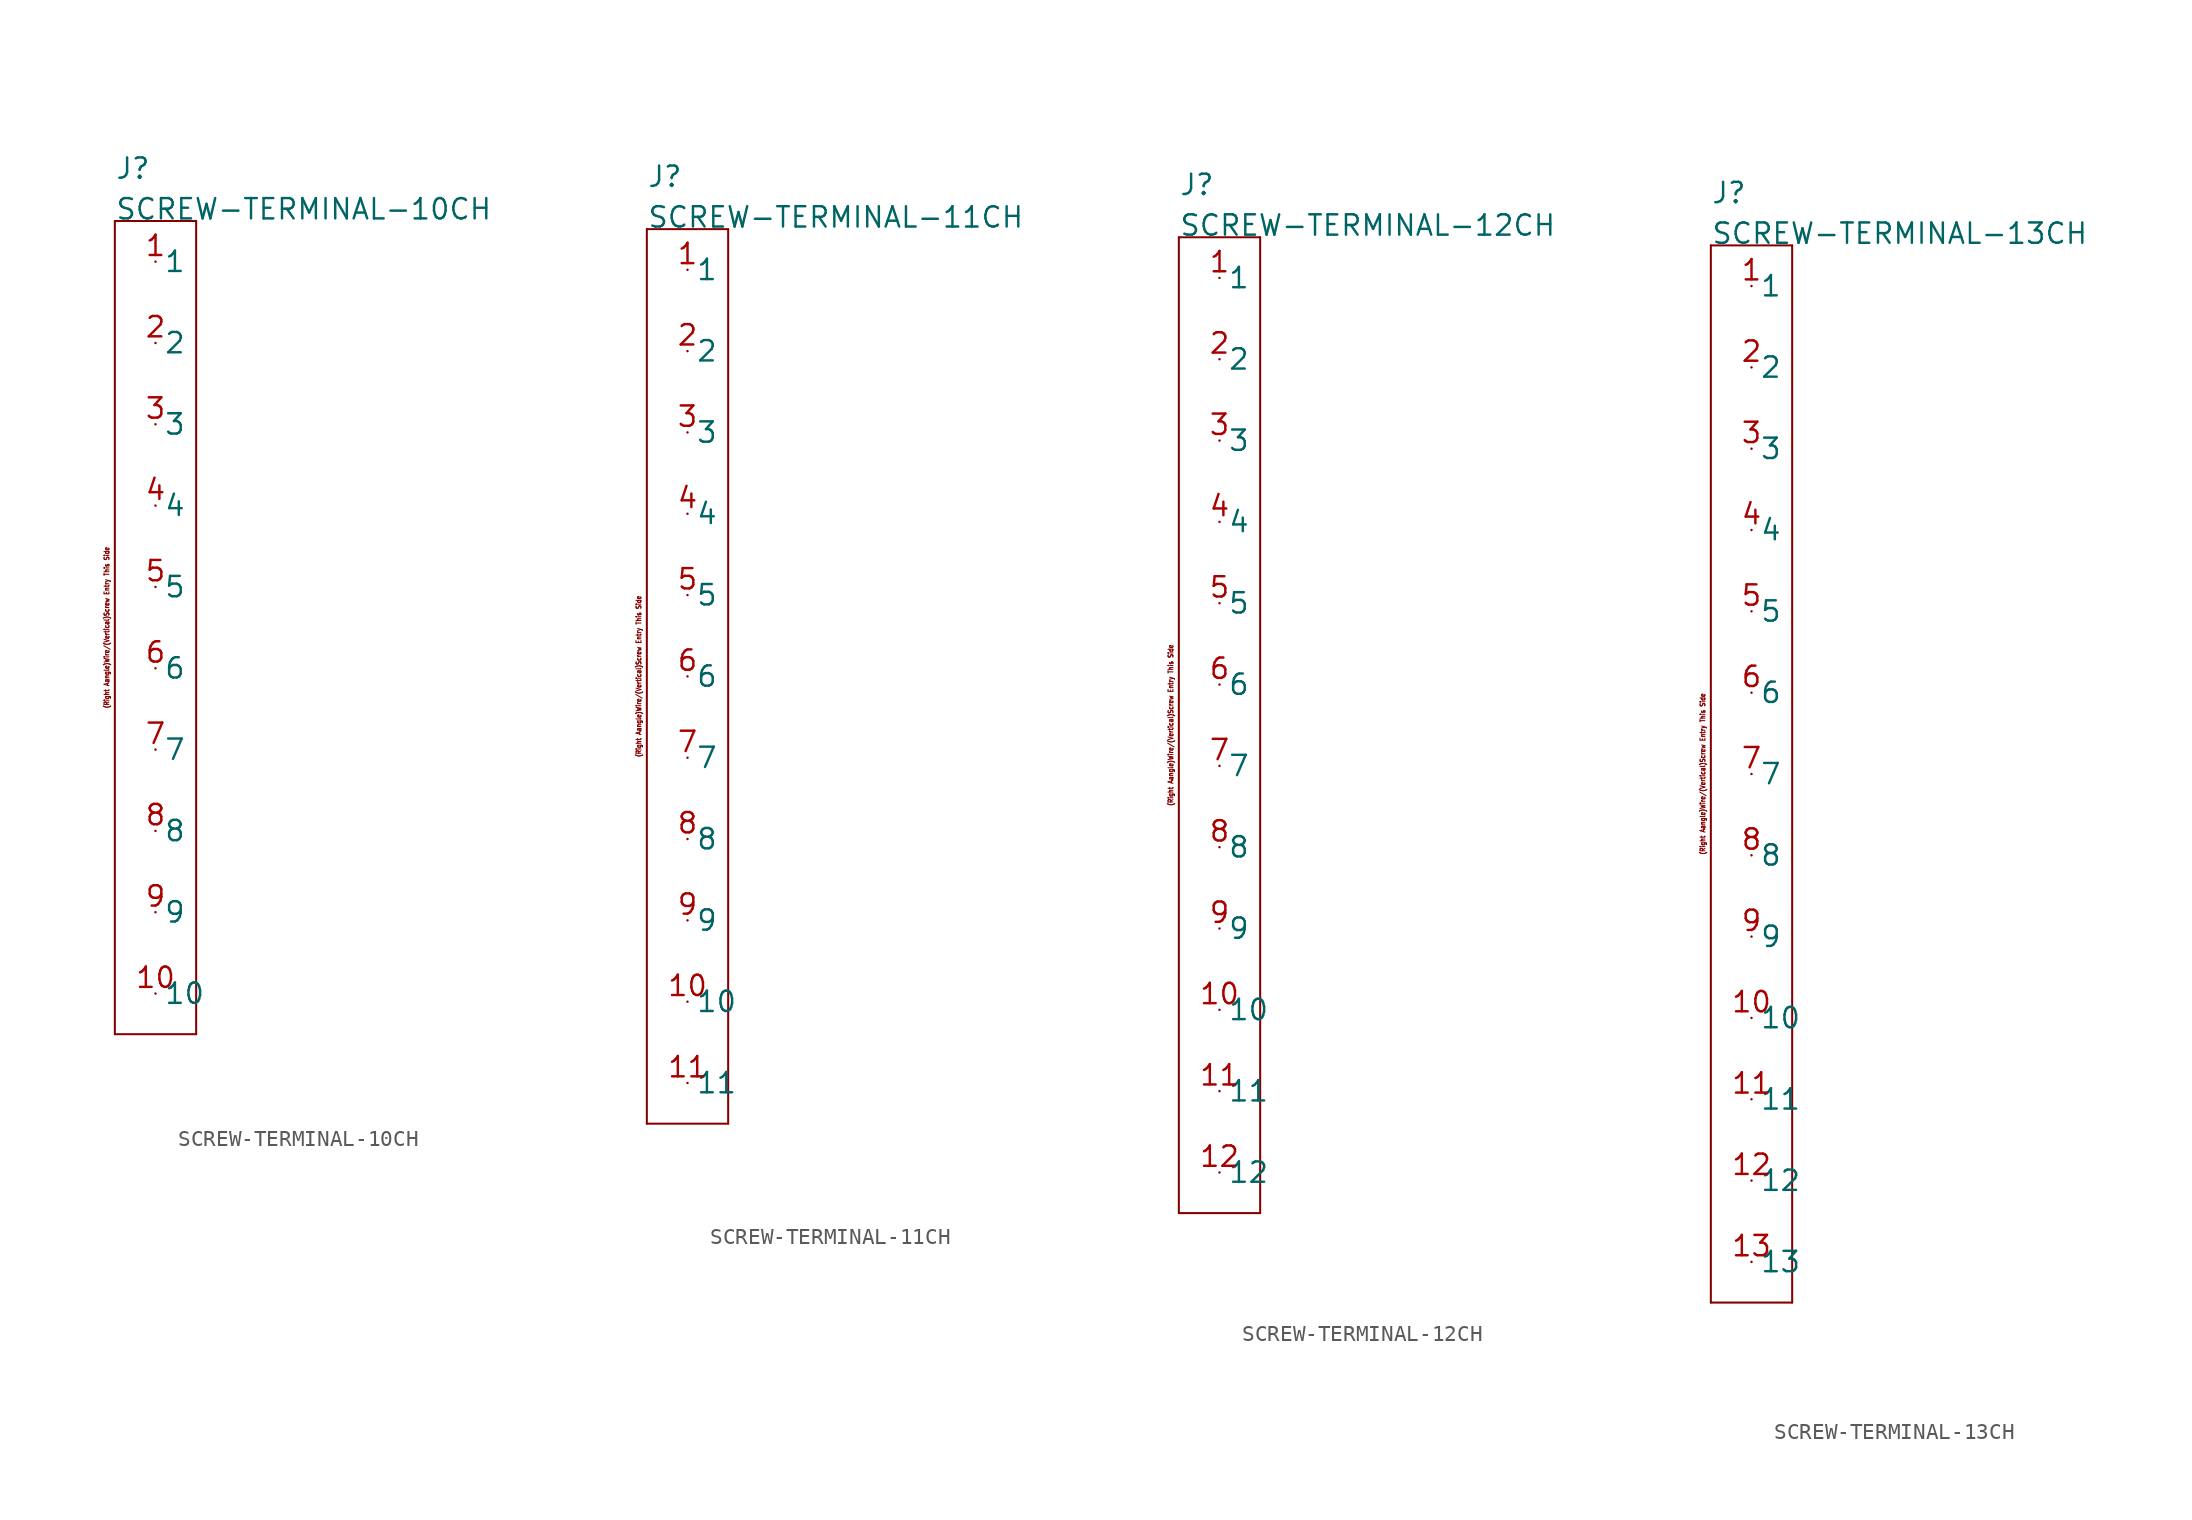
<source format=kicad_sym>
(kicad_symbol_lib
  (version 20211014)
  (generator kicad_symbol_editor)
  (symbol "SCREW-TERMINAL-10CH"
    (pin_names)
    (property "Reference" "J"
      (at -2.54 27.94 0)
      (effects (font (size 1.27 1.27)) (justify left bottom)))
    (property "Value" "SCREW-TERMINAL-10CH"
      (at -2.54 25.4 0)
      (effects (font (size 1.27 1.27)) (justify left bottom)))
    (property "Datasheet" ""
      (at 0 0 0))
    (property "ki_description" " Screw Terminal 1x10  - 10 Position Screw Terminal "
      (at 0 0 0))
    (property "ki_fp_filters" "FlashPCB_Connectors:PHX-1935242-THT-RA-5MM-10CH"
      (at 0 0 0))
    (symbol "SCREW-TERMINAL-10CH_1_1"
      (text "(Right Aangle)Wire/(Vertical)Screw Entry This Side" (at -3.048 0 900) (effects (font (size 0.305 0.261))))
      (polyline (pts (xy -2.54 25.4) (xy 2.54 25.4)) (stroke (width 0.127)) (fill (type none)))
      (polyline (pts (xy 2.54 25.4) (xy 2.54 -25.4)) (stroke (width 0.127)) (fill (type none)))
      (polyline (pts (xy 2.54 -25.4) (xy -2.54 -25.4)) (stroke (width 0.127)) (fill (type none)))
      (polyline (pts (xy -2.54 -25.4) (xy -2.54 25.4)) (stroke (width 0.127)) (fill (type none)))
      (pin bidirectional line (at 0 22.86 0) (length 0) (name "1" (effects (font (size 1.27 1.27)))) (number "1" (effects (font (size 1.27 1.27)))))
      (pin bidirectional line (at 0 17.78 0) (length 0) (name "2" (effects (font (size 1.27 1.27)))) (number "2" (effects (font (size 1.27 1.27)))))
      (pin bidirectional line (at 0 12.7 0) (length 0) (name "3" (effects (font (size 1.27 1.27)))) (number "3" (effects (font (size 1.27 1.27)))))
      (pin bidirectional line (at 0 7.62 0) (length 0) (name "4" (effects (font (size 1.27 1.27)))) (number "4" (effects (font (size 1.27 1.27)))))
      (pin bidirectional line (at 0 2.54 0) (length 0) (name "5" (effects (font (size 1.27 1.27)))) (number "5" (effects (font (size 1.27 1.27)))))
      (pin bidirectional line (at 0 -2.54 0) (length 0) (name "6" (effects (font (size 1.27 1.27)))) (number "6" (effects (font (size 1.27 1.27)))))
      (pin bidirectional line (at 0 -7.62 0) (length 0) (name "7" (effects (font (size 1.27 1.27)))) (number "7" (effects (font (size 1.27 1.27)))))
      (pin bidirectional line (at 0 -12.7 0) (length 0) (name "8" (effects (font (size 1.27 1.27)))) (number "8" (effects (font (size 1.27 1.27)))))
      (pin bidirectional line (at 0 -17.78 0) (length 0) (name "9" (effects (font (size 1.27 1.27)))) (number "9" (effects (font (size 1.27 1.27)))))
      (pin bidirectional line (at 0 -22.86 0) (length 0) (name "10" (effects (font (size 1.27 1.27)))) (number "10" (effects (font (size 1.27 1.27)))))))
  (symbol "SCREW-TERMINAL-11CH"
    (pin_names)
    (property "Reference" "J"
      (at -2.54 30.48 0)
      (effects (font (size 1.27 1.27)) (justify left bottom)))
    (property "Value" "SCREW-TERMINAL-11CH"
      (at -2.54 27.94 0)
      (effects (font (size 1.27 1.27)) (justify left bottom)))
    (property "Datasheet" ""
      (at 0 0 0))
    (property "ki_description" " Screw Terminal 1x11  - 11 Position Screw Terminal "
      (at 0 0 0))
    (property "ki_fp_filters" "FlashPCB_Connectors:PHX-1935255-THT-RA-5MM-11CH"
      (at 0 0 0))
    (symbol "SCREW-TERMINAL-11CH_1_1"
      (text "(Right Aangle)Wire/(Vertical)Screw Entry This Side" (at -3.048 0 900) (effects (font (size 0.305 0.261))))
      (polyline (pts (xy -2.54 27.94) (xy 2.54 27.94)) (stroke (width 0.127)) (fill (type none)))
      (polyline (pts (xy 2.54 27.94) (xy 2.54 -27.94)) (stroke (width 0.127)) (fill (type none)))
      (polyline (pts (xy 2.54 -27.94) (xy -2.54 -27.94)) (stroke (width 0.127)) (fill (type none)))
      (polyline (pts (xy -2.54 -27.94) (xy -2.54 27.94)) (stroke (width 0.127)) (fill (type none)))
      (pin bidirectional line (at 0 25.4 0) (length 0) (name "1" (effects (font (size 1.27 1.27)))) (number "1" (effects (font (size 1.27 1.27)))))
      (pin bidirectional line (at 0 20.32 0) (length 0) (name "2" (effects (font (size 1.27 1.27)))) (number "2" (effects (font (size 1.27 1.27)))))
      (pin bidirectional line (at 0 15.24 0) (length 0) (name "3" (effects (font (size 1.27 1.27)))) (number "3" (effects (font (size 1.27 1.27)))))
      (pin bidirectional line (at 0 10.16 0) (length 0) (name "4" (effects (font (size 1.27 1.27)))) (number "4" (effects (font (size 1.27 1.27)))))
      (pin bidirectional line (at 0 5.08 0) (length 0) (name "5" (effects (font (size 1.27 1.27)))) (number "5" (effects (font (size 1.27 1.27)))))
      (pin bidirectional line (at 0 0 0) (length 0) (name "6" (effects (font (size 1.27 1.27)))) (number "6" (effects (font (size 1.27 1.27)))))
      (pin bidirectional line (at 0 -5.08 0) (length 0) (name "7" (effects (font (size 1.27 1.27)))) (number "7" (effects (font (size 1.27 1.27)))))
      (pin bidirectional line (at 0 -10.16 0) (length 0) (name "8" (effects (font (size 1.27 1.27)))) (number "8" (effects (font (size 1.27 1.27)))))
      (pin bidirectional line (at 0 -15.24 0) (length 0) (name "9" (effects (font (size 1.27 1.27)))) (number "9" (effects (font (size 1.27 1.27)))))
      (pin bidirectional line (at 0 -20.32 0) (length 0) (name "10" (effects (font (size 1.27 1.27)))) (number "10" (effects (font (size 1.27 1.27)))))
      (pin bidirectional line (at 0 -25.4 0) (length 0) (name "11" (effects (font (size 1.27 1.27)))) (number "11" (effects (font (size 1.27 1.27)))))))
  (symbol "SCREW-TERMINAL-12CH"
    (pin_names)
    (property "Reference" "J"
      (at -2.54 33.02 0)
      (effects (font (size 1.27 1.27)) (justify left bottom)))
    (property "Value" "SCREW-TERMINAL-12CH"
      (at -2.54 30.48 0)
      (effects (font (size 1.27 1.27)) (justify left bottom)))
    (property "Datasheet" ""
      (at 0 0 0))
    (property "ki_description" " Screw Terminal 1x12  - 12 Position Screw Terminal "
      (at 0 0 0))
    (property "ki_fp_filters" "FlashPCB_Connectors:PHX-1935268-THT-RA-5MM-12CH"
      (at 0 0 0))
    (symbol "SCREW-TERMINAL-12CH_1_1"
      (text "(Right Aangle)Wire/(Vertical)Screw Entry This Side" (at -3.048 0 900) (effects (font (size 0.305 0.261))))
      (polyline (pts (xy -2.54 30.48) (xy 2.54 30.48)) (stroke (width 0.127)) (fill (type none)))
      (polyline (pts (xy 2.54 30.48) (xy 2.54 -30.48)) (stroke (width 0.127)) (fill (type none)))
      (polyline (pts (xy 2.54 -30.48) (xy -2.54 -30.48)) (stroke (width 0.127)) (fill (type none)))
      (polyline (pts (xy -2.54 -30.48) (xy -2.54 30.48)) (stroke (width 0.127)) (fill (type none)))
      (pin bidirectional line (at 0 27.94 0) (length 0) (name "1" (effects (font (size 1.27 1.27)))) (number "1" (effects (font (size 1.27 1.27)))))
      (pin bidirectional line (at 0 22.86 0) (length 0) (name "2" (effects (font (size 1.27 1.27)))) (number "2" (effects (font (size 1.27 1.27)))))
      (pin bidirectional line (at 0 17.78 0) (length 0) (name "3" (effects (font (size 1.27 1.27)))) (number "3" (effects (font (size 1.27 1.27)))))
      (pin bidirectional line (at 0 12.7 0) (length 0) (name "4" (effects (font (size 1.27 1.27)))) (number "4" (effects (font (size 1.27 1.27)))))
      (pin bidirectional line (at 0 7.62 0) (length 0) (name "5" (effects (font (size 1.27 1.27)))) (number "5" (effects (font (size 1.27 1.27)))))
      (pin bidirectional line (at 0 2.54 0) (length 0) (name "6" (effects (font (size 1.27 1.27)))) (number "6" (effects (font (size 1.27 1.27)))))
      (pin bidirectional line (at 0 -2.54 0) (length 0) (name "7" (effects (font (size 1.27 1.27)))) (number "7" (effects (font (size 1.27 1.27)))))
      (pin bidirectional line (at 0 -7.62 0) (length 0) (name "8" (effects (font (size 1.27 1.27)))) (number "8" (effects (font (size 1.27 1.27)))))
      (pin bidirectional line (at 0 -12.7 0) (length 0) (name "9" (effects (font (size 1.27 1.27)))) (number "9" (effects (font (size 1.27 1.27)))))
      (pin bidirectional line (at 0 -17.78 0) (length 0) (name "10" (effects (font (size 1.27 1.27)))) (number "10" (effects (font (size 1.27 1.27)))))
      (pin bidirectional line (at 0 -22.86 0) (length 0) (name "11" (effects (font (size 1.27 1.27)))) (number "11" (effects (font (size 1.27 1.27)))))
      (pin bidirectional line (at 0 -27.94 0) (length 0) (name "12" (effects (font (size 1.27 1.27)))) (number "12" (effects (font (size 1.27 1.27)))))))
  (symbol "SCREW-TERMINAL-13CH"
    (pin_names)
    (property "Reference" "J"
      (at -2.54 35.56 0)
      (effects (font (size 1.27 1.27)) (justify left bottom)))
    (property "Value" "SCREW-TERMINAL-13CH"
      (at -2.54 33.02 0)
      (effects (font (size 1.27 1.27)) (justify left bottom)))
    (property "Datasheet" ""
      (at 0 0 0))
    (property "ki_description" " Screw Terminal 1x12  - 13 Position Screw Terminal "
      (at 0 0 0))
    (property "ki_fp_filters" "FlashPCB_Connectors:PHX-1935271-THT-RA-5MM-13CH"
      (at 0 0 0))
    (symbol "SCREW-TERMINAL-13CH_1_1"
      (text "(Right Aangle)Wire/(Vertical)Screw Entry This Side" (at -3.048 0 900) (effects (font (size 0.305 0.261))))
      (polyline (pts (xy -2.54 33.02) (xy 2.54 33.02)) (stroke (width 0.127)) (fill (type none)))
      (polyline (pts (xy 2.54 33.02) (xy 2.54 -33.02)) (stroke (width 0.127)) (fill (type none)))
      (polyline (pts (xy 2.54 -33.02) (xy -2.54 -33.02)) (stroke (width 0.127)) (fill (type none)))
      (polyline (pts (xy -2.54 -33.02) (xy -2.54 33.02)) (stroke (width 0.127)) (fill (type none)))
      (pin bidirectional line (at 0 30.48 0) (length 0) (name "1" (effects (font (size 1.27 1.27)))) (number "1" (effects (font (size 1.27 1.27)))))
      (pin bidirectional line (at 0 25.4 0) (length 0) (name "2" (effects (font (size 1.27 1.27)))) (number "2" (effects (font (size 1.27 1.27)))))
      (pin bidirectional line (at 0 20.32 0) (length 0) (name "3" (effects (font (size 1.27 1.27)))) (number "3" (effects (font (size 1.27 1.27)))))
      (pin bidirectional line (at 0 15.24 0) (length 0) (name "4" (effects (font (size 1.27 1.27)))) (number "4" (effects (font (size 1.27 1.27)))))
      (pin bidirectional line (at 0 10.16 0) (length 0) (name "5" (effects (font (size 1.27 1.27)))) (number "5" (effects (font (size 1.27 1.27)))))
      (pin bidirectional line (at 0 5.08 0) (length 0) (name "6" (effects (font (size 1.27 1.27)))) (number "6" (effects (font (size 1.27 1.27)))))
      (pin bidirectional line (at 0 0 0) (length 0) (name "7" (effects (font (size 1.27 1.27)))) (number "7" (effects (font (size 1.27 1.27)))))
      (pin bidirectional line (at 0 -5.08 0) (length 0) (name "8" (effects (font (size 1.27 1.27)))) (number "8" (effects (font (size 1.27 1.27)))))
      (pin bidirectional line (at 0 -10.16 0) (length 0) (name "9" (effects (font (size 1.27 1.27)))) (number "9" (effects (font (size 1.27 1.27)))))
      (pin bidirectional line (at 0 -15.24 0) (length 0) (name "10" (effects (font (size 1.27 1.27)))) (number "10" (effects (font (size 1.27 1.27)))))
      (pin bidirectional line (at 0 -20.32 0) (length 0) (name "11" (effects (font (size 1.27 1.27)))) (number "11" (effects (font (size 1.27 1.27)))))
      (pin bidirectional line (at 0 -25.4 0) (length 0) (name "12" (effects (font (size 1.27 1.27)))) (number "12" (effects (font (size 1.27 1.27)))))
      (pin bidirectional line (at 0 -30.48 0) (length 0) (name "13" (effects (font (size 1.27 1.27)))) (number "13" (effects (font (size 1.27 1.27))))))))
</source>
